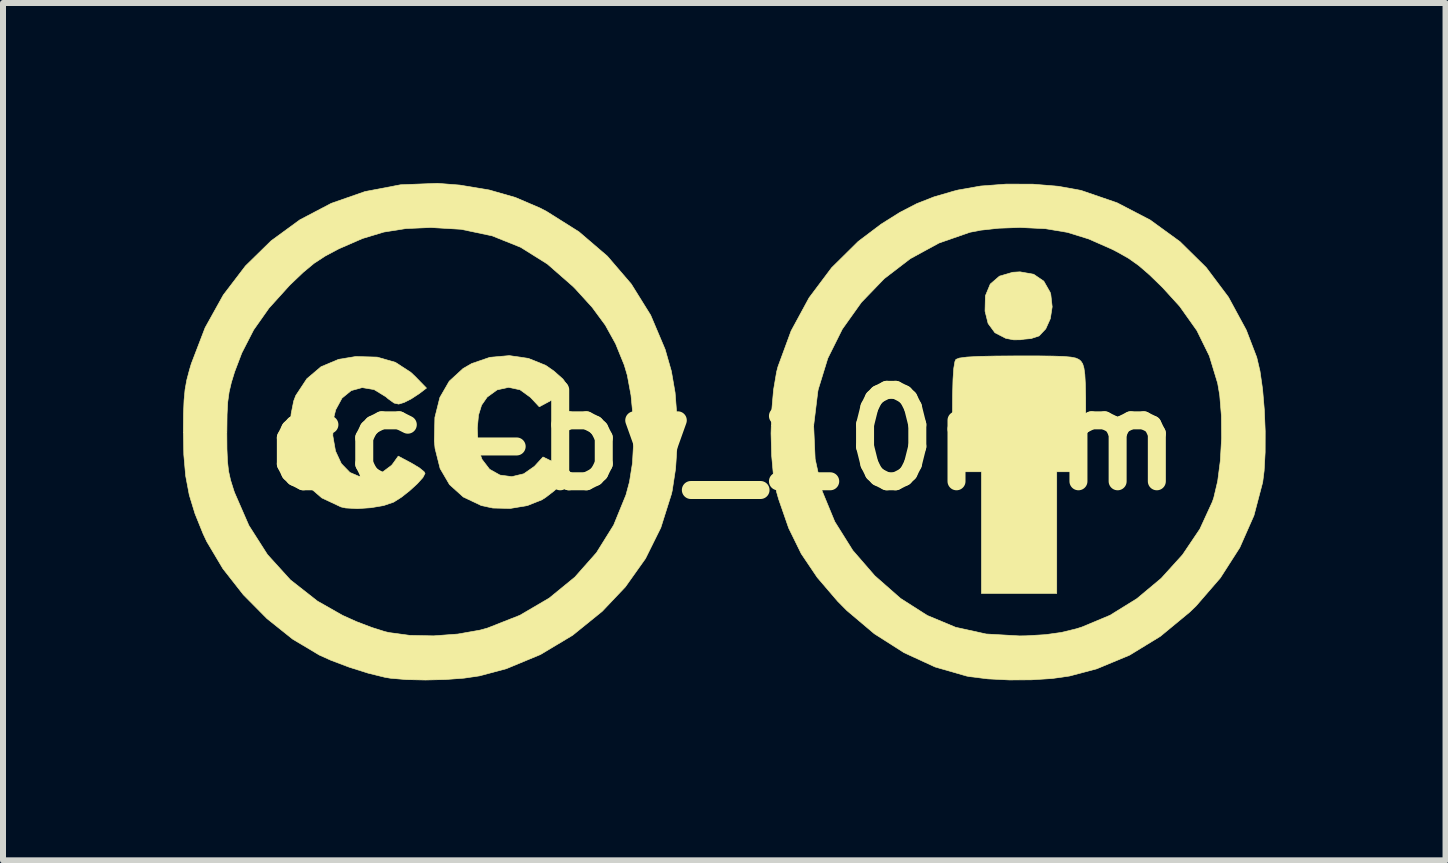
<source format=kicad_pcb>
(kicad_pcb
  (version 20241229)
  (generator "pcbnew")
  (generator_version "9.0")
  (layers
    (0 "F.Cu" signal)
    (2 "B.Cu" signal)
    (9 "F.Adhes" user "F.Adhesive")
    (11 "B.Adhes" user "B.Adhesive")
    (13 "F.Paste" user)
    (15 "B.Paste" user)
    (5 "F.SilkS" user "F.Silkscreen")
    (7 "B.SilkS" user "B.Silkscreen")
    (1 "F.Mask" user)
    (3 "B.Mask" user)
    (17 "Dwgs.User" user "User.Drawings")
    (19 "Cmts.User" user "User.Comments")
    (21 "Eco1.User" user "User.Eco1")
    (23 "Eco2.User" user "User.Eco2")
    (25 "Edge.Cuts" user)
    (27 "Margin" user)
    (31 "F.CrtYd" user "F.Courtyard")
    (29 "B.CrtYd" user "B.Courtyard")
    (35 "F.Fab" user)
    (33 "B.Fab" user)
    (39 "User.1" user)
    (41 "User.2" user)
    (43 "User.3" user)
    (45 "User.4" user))
  (footprint "cc-by_10mm"
    (layer "F.Cu")
    (at 9.007 4.281)
    (property "Reference" "cc-by_10mm" (at 0 0 0) (layer "F.SilkS") (effects (font (size 1.524 1.524) (thickness 0.3))))
    (attr through_hole)
    (fp_poly (pts (xy 5.168 -2.761) (xy 5.337 -2.646) (xy 5.443 -2.46) (xy 5.454 -2.424) (xy 5.477 -2.218) (xy 5.446 -2.02) (xy 5.37 -1.851) (xy 5.259 -1.733) (xy 5.125 -1.689) (xy 5.01 -1.679) (xy 4.95 -1.669) (xy 4.834 -1.668) (xy 4.704 -1.693) (xy 4.523 -1.786) (xy 4.409 -1.941) (xy 4.358 -2.146) (xy 4.364 -2.402) (xy 4.445 -2.597) (xy 4.598 -2.729) (xy 4.82 -2.794) (xy 4.941 -2.801) (xy 5.168 -2.761)) (stroke (width 0.01) (type solid)) (fill yes) (layer "F.SilkS"))
    (fp_poly (pts (xy 5.237 -1.4) (xy 5.487 -1.397) (xy 5.667 -1.391) (xy 5.791 -1.38) (xy 5.871 -1.364) (xy 5.922 -1.341) (xy 5.956 -1.312) (xy 5.985 -1.268) (xy 6.006 -1.199) (xy 6.021 -1.091) (xy 6.03 -0.931) (xy 6.035 -0.704) (xy 6.036 -0.397) (xy 6.036 -0.346) (xy 6.036 0.531) (xy 5.553 0.531) (xy 5.553 2.559) (xy 4.298 2.559) (xy 4.298 0.531) (xy 3.815 0.531) (xy 3.815 -0.377) (xy 3.817 -0.737) (xy 3.824 -1.008) (xy 3.837 -1.195) (xy 3.856 -1.306) (xy 3.873 -1.342) (xy 3.93 -1.364) (xy 4.057 -1.381) (xy 4.26 -1.392) (xy 4.546 -1.398) (xy 4.904 -1.4) (xy 5.237 -1.4)) (stroke (width 0.01) (type solid)) (fill yes) (layer "F.SilkS"))
    (fp_poly (pts (xy -3.252 -1.359) (xy -2.964 -1.243) (xy -2.827 -1.148) (xy -2.676 -1.014) (xy -2.605 -0.915) (xy -2.613 -0.835) (xy -2.701 -0.756) (xy -2.815 -0.69) (xy -3.07 -0.552) (xy -3.218 -0.71) (xy -3.392 -0.836) (xy -3.584 -0.876) (xy -3.773 -0.834) (xy -3.938 -0.714) (xy -4.032 -0.579) (xy -4.083 -0.413) (xy -4.103 -0.195) (xy -4.093 0.037) (xy -4.054 0.243) (xy -4.024 0.325) (xy -3.898 0.489) (xy -3.725 0.586) (xy -3.527 0.612) (xy -3.328 0.564) (xy -3.152 0.441) (xy -3.14 0.428) (xy -3.008 0.284) (xy -2.784 0.393) (xy -2.657 0.461) (xy -2.575 0.516) (xy -2.559 0.537) (xy -2.595 0.614) (xy -2.689 0.724) (xy -2.818 0.845) (xy -2.959 0.954) (xy -3.025 0.997) (xy -3.268 1.094) (xy -3.555 1.142) (xy -3.845 1.135) (xy -4.036 1.094) (xy -4.337 0.951) (xy -4.566 0.745) (xy -4.723 0.476) (xy -4.807 0.142) (xy -4.819 0.019) (xy -4.81 -0.375) (xy -4.727 -0.707) (xy -4.571 -0.978) (xy -4.34 -1.19) (xy -4.196 -1.273) (xy -3.892 -1.377) (xy -3.569 -1.405) (xy -3.252 -1.359)) (stroke (width 0.01) (type solid)) (fill yes) (layer "F.SilkS"))
    (fp_poly (pts (xy -5.771 -1.38) (xy -5.468 -1.293) (xy -5.211 -1.126) (xy -5.14 -1.059) (xy -4.95 -0.864) (xy -5.07 -0.772) (xy -5.206 -0.683) (xy -5.323 -0.624) (xy -5.413 -0.597) (xy -5.489 -0.614) (xy -5.588 -0.685) (xy -5.627 -0.719) (xy -5.823 -0.839) (xy -6.021 -0.872) (xy -6.204 -0.822) (xy -6.357 -0.697) (xy -6.463 -0.502) (xy -6.498 -0.36) (xy -6.511 -0.071) (xy -6.466 0.186) (xy -6.369 0.395) (xy -6.226 0.542) (xy -6.083 0.604) (xy -5.885 0.606) (xy -5.688 0.54) (xy -5.532 0.423) (xy -5.512 0.398) (xy -5.42 0.27) (xy -5.197 0.389) (xy -5.071 0.464) (xy -4.99 0.53) (xy -4.974 0.558) (xy -5.01 0.627) (xy -5.103 0.73) (xy -5.23 0.846) (xy -5.368 0.955) (xy -5.496 1.036) (xy -5.503 1.039) (xy -5.665 1.094) (xy -5.878 1.13) (xy -6.102 1.145) (xy -6.297 1.134) (xy -6.374 1.117) (xy -6.695 0.966) (xy -6.952 0.744) (xy -7.129 0.483) (xy -7.186 0.312) (xy -7.217 0.08) (xy -7.224 -0.179) (xy -7.206 -0.432) (xy -7.163 -0.648) (xy -7.128 -0.74) (xy -6.944 -1.019) (xy -6.707 -1.22) (xy -6.414 -1.343) (xy -6.127 -1.39) (xy -5.771 -1.38)) (stroke (width 0.01) (type solid)) (fill yes) (layer "F.SilkS"))
    (fp_poly (pts (xy 5.154 -4.262) (xy 5.578 -4.227) (xy 5.948 -4.16) (xy 5.964 -4.156) (xy 6.56 -3.951) (xy 7.11 -3.665) (xy 7.607 -3.304) (xy 8.044 -2.873) (xy 8.414 -2.38) (xy 8.712 -1.83) (xy 8.886 -1.376) (xy 8.94 -1.146) (xy 8.983 -0.846) (xy 9.012 -0.503) (xy 9.027 -0.145) (xy 9.026 0.204) (xy 9.009 0.515) (xy 8.985 0.705) (xy 8.839 1.26) (xy 8.603 1.795) (xy 8.28 2.299) (xy 7.875 2.767) (xy 7.769 2.869) (xy 7.28 3.273) (xy 6.766 3.587) (xy 6.218 3.815) (xy 5.764 3.935) (xy 5.476 3.976) (xy 5.13 3.998) (xy 4.762 4) (xy 4.406 3.982) (xy 4.099 3.944) (xy 4.051 3.935) (xy 3.526 3.784) (xy 3.009 3.546) (xy 2.513 3.23) (xy 2.056 2.844) (xy 1.902 2.689) (xy 1.562 2.292) (xy 1.295 1.896) (xy 1.086 1.47) (xy 0.918 0.986) (xy 0.883 0.863) (xy 0.832 0.594) (xy 0.802 0.26) (xy 0.792 -0.109) (xy 0.796 -0.237) (xy 1.502 -0.237) (xy 1.527 0.319) (xy 1.644 0.853) (xy 1.854 1.362) (xy 2.154 1.841) (xy 2.521 2.264) (xy 2.95 2.641) (xy 3.395 2.925) (xy 3.867 3.122) (xy 4.376 3.234) (xy 4.933 3.266) (xy 5.046 3.264) (xy 5.366 3.245) (xy 5.631 3.208) (xy 5.881 3.147) (xy 5.97 3.119) (xy 6.441 2.922) (xy 6.887 2.646) (xy 7.294 2.306) (xy 7.649 1.914) (xy 7.938 1.485) (xy 8.146 1.032) (xy 8.169 0.966) (xy 8.235 0.687) (xy 8.279 0.346) (xy 8.3 -0.028) (xy 8.297 -0.401) (xy 8.269 -0.744) (xy 8.235 -0.943) (xy 8.096 -1.4) (xy 7.888 -1.823) (xy 7.601 -2.227) (xy 7.317 -2.539) (xy 7.101 -2.749) (xy 6.921 -2.905) (xy 6.749 -3.027) (xy 6.559 -3.134) (xy 6.471 -3.179) (xy 6.085 -3.349) (xy 5.73 -3.459) (xy 5.365 -3.52) (xy 4.954 -3.54) (xy 4.925 -3.54) (xy 4.588 -3.528) (xy 4.285 -3.495) (xy 4.105 -3.46) (xy 3.591 -3.281) (xy 3.112 -3.02) (xy 2.678 -2.687) (xy 2.297 -2.292) (xy 1.98 -1.847) (xy 1.738 -1.361) (xy 1.579 -0.845) (xy 1.572 -0.811) (xy 1.502 -0.237) (xy 0.796 -0.237) (xy 0.803 -0.485) (xy 0.834 -0.836) (xy 0.885 -1.136) (xy 0.907 -1.22) (xy 1.126 -1.816) (xy 1.426 -2.369) (xy 1.801 -2.869) (xy 2.244 -3.307) (xy 2.627 -3.596) (xy 2.939 -3.792) (xy 3.219 -3.937) (xy 3.507 -4.05) (xy 3.84 -4.147) (xy 3.911 -4.165) (xy 4.285 -4.231) (xy 4.711 -4.263) (xy 5.154 -4.262)) (stroke (width 0.01) (type solid)) (fill yes) (layer "F.SilkS"))
    (fp_poly (pts (xy -4.396 -4.247) (xy -3.904 -4.165) (xy -3.47 -4.041) (xy -3.059 -3.865) (xy -2.954 -3.811) (xy -2.41 -3.469) (xy -1.936 -3.063) (xy -1.537 -2.598) (xy -1.214 -2.079) (xy -0.973 -1.509) (xy -0.869 -1.146) (xy -0.807 -0.788) (xy -0.775 -0.374) (xy -0.772 0.06) (xy -0.799 0.478) (xy -0.855 0.846) (xy -0.867 0.899) (xy -1.045 1.463) (xy -1.3 1.977) (xy -1.636 2.45) (xy -2.022 2.857) (xy -2.515 3.256) (xy -3.051 3.577) (xy -3.62 3.813) (xy -4.066 3.932) (xy -4.324 3.97) (xy -4.635 3.993) (xy -4.966 4.001) (xy -5.283 3.994) (xy -5.552 3.971) (xy -5.646 3.955) (xy -5.925 3.886) (xy -6.241 3.786) (xy -6.545 3.671) (xy -6.736 3.585) (xy -7.18 3.32) (xy -7.608 2.978) (xy -8.002 2.58) (xy -8.343 2.145) (xy -8.612 1.693) (xy -8.672 1.565) (xy -8.808 1.228) (xy -8.903 0.917) (xy -8.963 0.599) (xy -8.994 0.246) (xy -9.001 -0.121) (xy -8.277 -0.121) (xy -8.275 0.154) (xy -8.266 0.358) (xy -8.248 0.521) (xy -8.215 0.669) (xy -8.165 0.829) (xy -8.15 0.874) (xy -7.91 1.425) (xy -7.6 1.911) (xy -7.218 2.332) (xy -6.767 2.686) (xy -6.35 2.923) (xy -6.117 3.028) (xy -5.868 3.123) (xy -5.647 3.193) (xy -5.577 3.21) (xy -5.228 3.257) (xy -4.831 3.265) (xy -4.428 3.235) (xy -4.06 3.17) (xy -3.936 3.136) (xy -3.393 2.922) (xy -2.905 2.636) (xy -2.477 2.286) (xy -2.117 1.879) (xy -1.831 1.42) (xy -1.626 0.918) (xy -1.567 0.699) (xy -1.517 0.384) (xy -1.497 0.017) (xy -1.506 -0.371) (xy -1.542 -0.747) (xy -1.604 -1.08) (xy -1.654 -1.248) (xy -1.798 -1.602) (xy -1.97 -1.913) (xy -2.188 -2.209) (xy -2.471 -2.52) (xy -2.511 -2.56) (xy -2.935 -2.931) (xy -3.38 -3.21) (xy -3.856 -3.401) (xy -4.373 -3.51) (xy -4.877 -3.54) (xy -5.293 -3.522) (xy -5.66 -3.464) (xy -6.015 -3.357) (xy -6.399 -3.19) (xy -6.422 -3.179) (xy -6.638 -3.064) (xy -6.823 -2.943) (xy -7.005 -2.792) (xy -7.216 -2.591) (xy -7.243 -2.563) (xy -7.574 -2.197) (xy -7.83 -1.834) (xy -8.028 -1.448) (xy -8.147 -1.135) (xy -8.202 -0.956) (xy -8.239 -0.798) (xy -8.262 -0.631) (xy -8.273 -0.427) (xy -8.276 -0.159) (xy -8.277 -0.121) (xy -9.001 -0.121) (xy -9.002 -0.145) (xy -8.999 -0.438) (xy -8.99 -0.66) (xy -8.973 -0.839) (xy -8.944 -1) (xy -8.899 -1.17) (xy -8.869 -1.27) (xy -8.639 -1.87) (xy -8.336 -2.415) (xy -7.967 -2.899) (xy -7.539 -3.318) (xy -7.06 -3.668) (xy -6.536 -3.943) (xy -5.974 -4.139) (xy -5.382 -4.252) (xy -4.766 -4.276) (xy -4.396 -4.247)) (stroke (width 0.01) (type solid)) (fill yes) (layer "F.SilkS")))
  (gr_rect
    (start -3 -3)
    (end 21.039 11.287)
    (stroke (width 0.1) (type default))
    (fill no)
    (layer "Edge.Cuts")))
</source>
